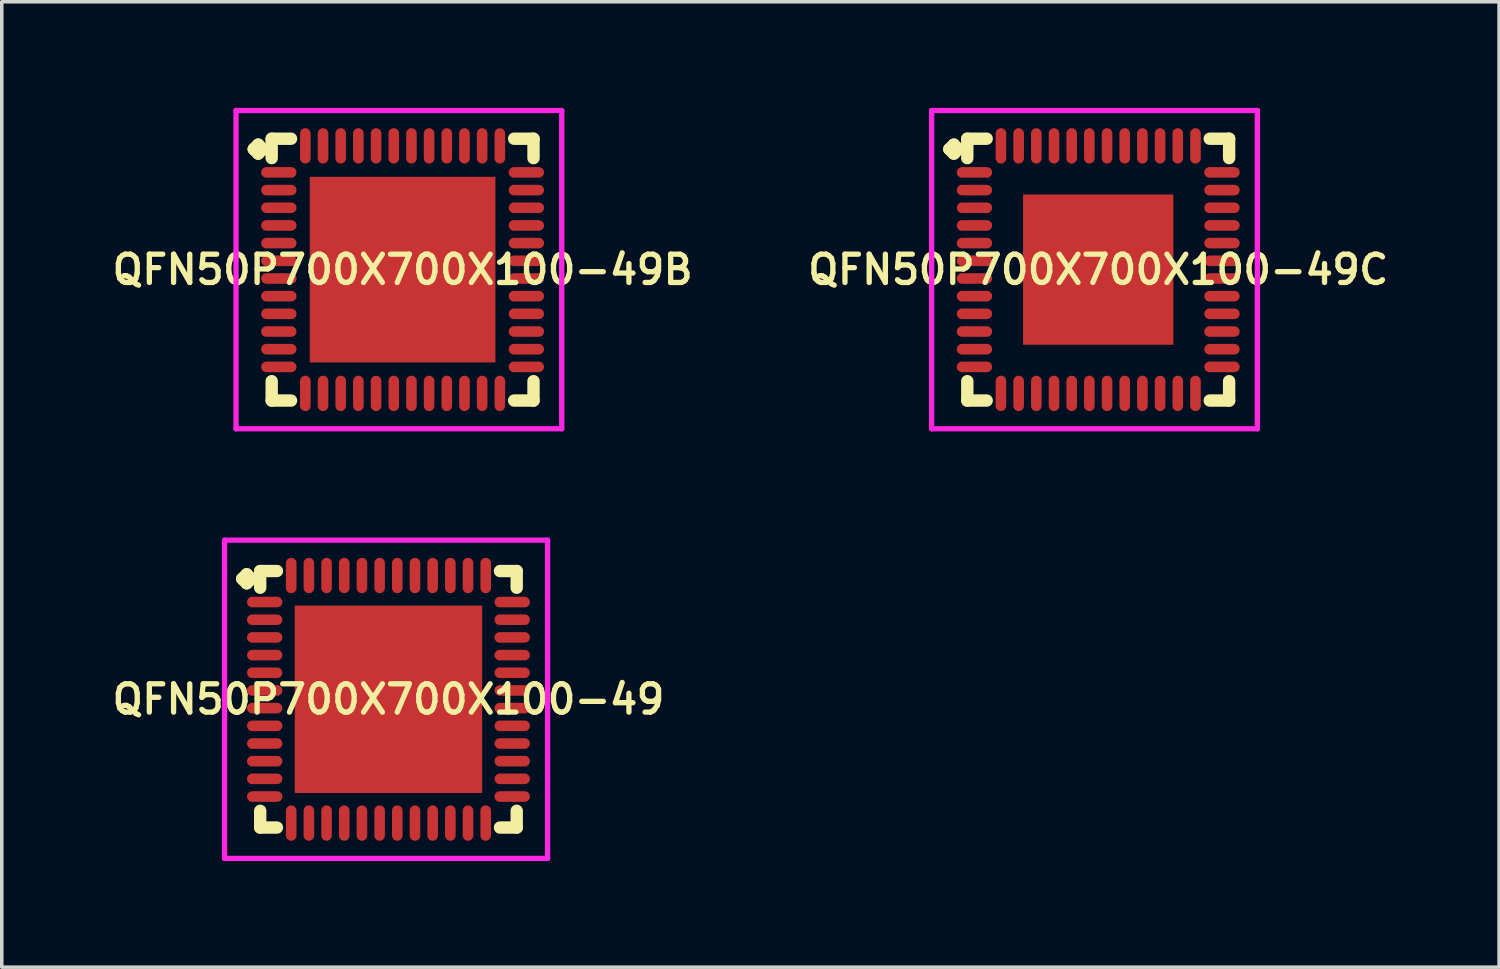
<source format=kicad_pcb>
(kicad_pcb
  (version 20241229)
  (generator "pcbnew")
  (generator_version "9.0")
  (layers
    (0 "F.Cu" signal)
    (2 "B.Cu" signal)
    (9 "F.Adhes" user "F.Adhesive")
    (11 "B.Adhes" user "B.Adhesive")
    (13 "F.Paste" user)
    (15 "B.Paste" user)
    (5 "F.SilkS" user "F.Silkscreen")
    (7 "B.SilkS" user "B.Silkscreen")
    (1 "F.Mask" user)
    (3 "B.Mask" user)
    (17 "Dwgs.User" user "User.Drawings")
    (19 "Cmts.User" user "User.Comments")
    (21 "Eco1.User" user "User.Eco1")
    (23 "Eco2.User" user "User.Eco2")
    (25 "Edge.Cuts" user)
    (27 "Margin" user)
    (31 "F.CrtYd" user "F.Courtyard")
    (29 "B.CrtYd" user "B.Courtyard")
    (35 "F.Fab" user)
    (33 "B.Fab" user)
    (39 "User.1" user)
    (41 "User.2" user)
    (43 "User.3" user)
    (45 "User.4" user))
  (footprint "QFN50P700X700X100-49C"
    (layer "F.Cu")
    (at 28.006 4.575)
    (property "Reference" "QFN50P700X700X100-49C" (at 0 0 0) (layer "F.SilkS") (effects (font (size 0.8 0.8) (thickness 0.15))))
    (attr smd)
    (fp_line (start -4.21 -3.408) (end -4.083 -3.535) (stroke (width 0.35) (type solid)) (layer "F.SilkS"))
    (fp_line (start -4.083 -3.535) (end -3.956 -3.408) (stroke (width 0.35) (type solid)) (layer "F.SilkS"))
    (fp_line (start -4.083 -3.281) (end -4.21 -3.408) (stroke (width 0.35) (type solid)) (layer "F.SilkS"))
    (fp_line (start -3.956 -3.408) (end -4.083 -3.281) (stroke (width 0.35) (type solid)) (layer "F.SilkS"))
    (fp_line (start -3.702 -3.702) (end -3.154 -3.702) (stroke (width 0.35) (type solid)) (layer "F.SilkS"))
    (fp_line (start -3.702 -3.154) (end -3.702 -3.702) (stroke (width 0.35) (type solid)) (layer "F.SilkS"))
    (fp_line (start -3.702 3.154) (end -3.702 3.702) (stroke (width 0.35) (type solid)) (layer "F.SilkS"))
    (fp_line (start -3.702 3.702) (end -3.154 3.702) (stroke (width 0.35) (type solid)) (layer "F.SilkS"))
    (fp_line (start 3.154 -3.702) (end 3.702 -3.702) (stroke (width 0.35) (type solid)) (layer "F.SilkS"))
    (fp_line (start 3.154 3.702) (end 3.702 3.702) (stroke (width 0.35) (type solid)) (layer "F.SilkS"))
    (fp_line (start 3.702 -3.702) (end 3.702 -3.154) (stroke (width 0.35) (type solid)) (layer "F.SilkS"))
    (fp_line (start 3.702 3.702) (end 3.702 3.154) (stroke (width 0.35) (type solid)) (layer "F.SilkS"))
    (fp_line (start -4.71 -4.5) (end 4.5 -4.5) (stroke (width 0.15) (type solid)) (layer "F.CrtYd"))
    (fp_line (start -4.71 4.5) (end -4.71 -4.5) (stroke (width 0.15) (type solid)) (layer "F.CrtYd"))
    (fp_line (start 4.5 -4.5) (end 4.5 4.5) (stroke (width 0.15) (type solid)) (layer "F.CrtYd"))
    (fp_line (start 4.5 4.5) (end -4.71 4.5) (stroke (width 0.15) (type solid)) (layer "F.CrtYd"))
    (pad "1" smd oval (at -3.5 -2.75) (size 1 0.3) (layers "F.Cu" "F.Mask" "F.Paste"))
    (pad "2" smd oval (at -3.5 -2.25) (size 1 0.3) (layers "F.Cu" "F.Mask" "F.Paste"))
    (pad "3" smd oval (at -3.5 -1.75) (size 1 0.3) (layers "F.Cu" "F.Mask" "F.Paste"))
    (pad "4" smd oval (at -3.5 -1.25) (size 1 0.3) (layers "F.Cu" "F.Mask" "F.Paste"))
    (pad "5" smd oval (at -3.5 -0.75) (size 1 0.3) (layers "F.Cu" "F.Mask" "F.Paste"))
    (pad "6" smd oval (at -3.5 -0.25) (size 1 0.3) (layers "F.Cu" "F.Mask" "F.Paste"))
    (pad "7" smd oval (at -3.5 0.25) (size 1 0.3) (layers "F.Cu" "F.Mask" "F.Paste"))
    (pad "8" smd oval (at -3.5 0.75) (size 1 0.3) (layers "F.Cu" "F.Mask" "F.Paste"))
    (pad "9" smd oval (at -3.5 1.25) (size 1 0.3) (layers "F.Cu" "F.Mask" "F.Paste"))
    (pad "10" smd oval (at -3.5 1.75) (size 1 0.3) (layers "F.Cu" "F.Mask" "F.Paste"))
    (pad "11" smd oval (at -3.5 2.25) (size 1 0.3) (layers "F.Cu" "F.Mask" "F.Paste"))
    (pad "12" smd oval (at -3.5 2.75) (size 1 0.3) (layers "F.Cu" "F.Mask" "F.Paste"))
    (pad "13" smd oval (at -2.75 3.5) (size 0.3 1) (layers "F.Cu" "F.Mask" "F.Paste"))
    (pad "14" smd oval (at -2.25 3.5) (size 0.3 1) (layers "F.Cu" "F.Mask" "F.Paste"))
    (pad "15" smd oval (at -1.75 3.5) (size 0.3 1) (layers "F.Cu" "F.Mask" "F.Paste"))
    (pad "16" smd oval (at -1.25 3.5) (size 0.3 1) (layers "F.Cu" "F.Mask" "F.Paste"))
    (pad "17" smd oval (at -0.75 3.5) (size 0.3 1) (layers "F.Cu" "F.Mask" "F.Paste"))
    (pad "18" smd oval (at -0.25 3.5) (size 0.3 1) (layers "F.Cu" "F.Mask" "F.Paste"))
    (pad "19" smd oval (at 0.25 3.5) (size 0.3 1) (layers "F.Cu" "F.Mask" "F.Paste"))
    (pad "20" smd oval (at 0.75 3.5) (size 0.3 1) (layers "F.Cu" "F.Mask" "F.Paste"))
    (pad "21" smd oval (at 1.25 3.5) (size 0.3 1) (layers "F.Cu" "F.Mask" "F.Paste"))
    (pad "22" smd oval (at 1.75 3.5) (size 0.3 1) (layers "F.Cu" "F.Mask" "F.Paste"))
    (pad "23" smd oval (at 2.25 3.5) (size 0.3 1) (layers "F.Cu" "F.Mask" "F.Paste"))
    (pad "24" smd oval (at 2.75 3.5) (size 0.3 1) (layers "F.Cu" "F.Mask" "F.Paste"))
    (pad "25" smd oval (at 3.5 2.75) (size 1 0.3) (layers "F.Cu" "F.Mask" "F.Paste"))
    (pad "26" smd oval (at 3.5 2.25) (size 1 0.3) (layers "F.Cu" "F.Mask" "F.Paste"))
    (pad "27" smd oval (at 3.5 1.75) (size 1 0.3) (layers "F.Cu" "F.Mask" "F.Paste"))
    (pad "28" smd oval (at 3.5 1.25) (size 1 0.3) (layers "F.Cu" "F.Mask" "F.Paste"))
    (pad "29" smd oval (at 3.5 0.75) (size 1 0.3) (layers "F.Cu" "F.Mask" "F.Paste"))
    (pad "30" smd oval (at 3.5 0.25) (size 1 0.3) (layers "F.Cu" "F.Mask" "F.Paste"))
    (pad "31" smd oval (at 3.5 -0.25) (size 1 0.3) (layers "F.Cu" "F.Mask" "F.Paste"))
    (pad "32" smd oval (at 3.5 -0.75) (size 1 0.3) (layers "F.Cu" "F.Mask" "F.Paste"))
    (pad "33" smd oval (at 3.5 -1.25) (size 1 0.3) (layers "F.Cu" "F.Mask" "F.Paste"))
    (pad "34" smd oval (at 3.5 -1.75) (size 1 0.3) (layers "F.Cu" "F.Mask" "F.Paste"))
    (pad "35" smd oval (at 3.5 -2.25) (size 1 0.3) (layers "F.Cu" "F.Mask" "F.Paste"))
    (pad "36" smd oval (at 3.5 -2.75) (size 1 0.3) (layers "F.Cu" "F.Mask" "F.Paste"))
    (pad "37" smd oval (at 2.75 -3.5) (size 0.3 1) (layers "F.Cu" "F.Mask" "F.Paste"))
    (pad "38" smd oval (at 2.25 -3.5) (size 0.3 1) (layers "F.Cu" "F.Mask" "F.Paste"))
    (pad "39" smd oval (at 1.75 -3.5) (size 0.3 1) (layers "F.Cu" "F.Mask" "F.Paste"))
    (pad "40" smd oval (at 1.25 -3.5) (size 0.3 1) (layers "F.Cu" "F.Mask" "F.Paste"))
    (pad "41" smd oval (at 0.75 -3.5) (size 0.3 1) (layers "F.Cu" "F.Mask" "F.Paste"))
    (pad "42" smd oval (at 0.25 -3.5) (size 0.3 1) (layers "F.Cu" "F.Mask" "F.Paste"))
    (pad "43" smd oval (at -0.25 -3.5) (size 0.3 1) (layers "F.Cu" "F.Mask" "F.Paste"))
    (pad "44" smd oval (at -0.75 -3.5) (size 0.3 1) (layers "F.Cu" "F.Mask" "F.Paste"))
    (pad "45" smd oval (at -1.25 -3.5) (size 0.3 1) (layers "F.Cu" "F.Mask" "F.Paste"))
    (pad "46" smd oval (at -1.75 -3.5) (size 0.3 1) (layers "F.Cu" "F.Mask" "F.Paste"))
    (pad "47" smd oval (at -2.25 -3.5) (size 0.3 1) (layers "F.Cu" "F.Mask" "F.Paste"))
    (pad "48" smd oval (at -2.75 -3.5) (size 0.3 1) (layers "F.Cu" "F.Mask" "F.Paste"))
    (pad "49" smd rect (at 0 0) (size 4.25 4.25) (layers "F.Cu" "F.Mask" "F.Paste")))
  (footprint "QFN50P700X700X100-49B"
    (layer "F.Cu")
    (at 8.335 4.575)
    (property "Reference" "QFN50P700X700X100-49B" (at 0 0 0) (layer "F.SilkS") (effects (font (size 0.8 0.8) (thickness 0.15))))
    (attr smd)
    (fp_line (start -4.21 -3.408) (end -4.083 -3.535) (stroke (width 0.35) (type solid)) (layer "F.SilkS"))
    (fp_line (start -4.083 -3.535) (end -3.956 -3.408) (stroke (width 0.35) (type solid)) (layer "F.SilkS"))
    (fp_line (start -4.083 -3.281) (end -4.21 -3.408) (stroke (width 0.35) (type solid)) (layer "F.SilkS"))
    (fp_line (start -3.956 -3.408) (end -4.083 -3.281) (stroke (width 0.35) (type solid)) (layer "F.SilkS"))
    (fp_line (start -3.702 -3.702) (end -3.154 -3.702) (stroke (width 0.35) (type solid)) (layer "F.SilkS"))
    (fp_line (start -3.702 -3.154) (end -3.702 -3.702) (stroke (width 0.35) (type solid)) (layer "F.SilkS"))
    (fp_line (start -3.702 3.154) (end -3.702 3.702) (stroke (width 0.35) (type solid)) (layer "F.SilkS"))
    (fp_line (start -3.702 3.702) (end -3.154 3.702) (stroke (width 0.35) (type solid)) (layer "F.SilkS"))
    (fp_line (start 3.154 -3.702) (end 3.702 -3.702) (stroke (width 0.35) (type solid)) (layer "F.SilkS"))
    (fp_line (start 3.154 3.702) (end 3.702 3.702) (stroke (width 0.35) (type solid)) (layer "F.SilkS"))
    (fp_line (start 3.702 -3.702) (end 3.702 -3.154) (stroke (width 0.35) (type solid)) (layer "F.SilkS"))
    (fp_line (start 3.702 3.702) (end 3.702 3.154) (stroke (width 0.35) (type solid)) (layer "F.SilkS"))
    (fp_line (start -4.71 -4.5) (end 4.5 -4.5) (stroke (width 0.15) (type solid)) (layer "F.CrtYd"))
    (fp_line (start -4.71 4.5) (end -4.71 -4.5) (stroke (width 0.15) (type solid)) (layer "F.CrtYd"))
    (fp_line (start 4.5 -4.5) (end 4.5 4.5) (stroke (width 0.15) (type solid)) (layer "F.CrtYd"))
    (fp_line (start 4.5 4.5) (end -4.71 4.5) (stroke (width 0.15) (type solid)) (layer "F.CrtYd"))
    (pad "1" smd oval (at -3.5 -2.75) (size 1 0.3) (layers "F.Cu" "F.Mask" "F.Paste"))
    (pad "2" smd oval (at -3.5 -2.25) (size 1 0.3) (layers "F.Cu" "F.Mask" "F.Paste"))
    (pad "3" smd oval (at -3.5 -1.75) (size 1 0.3) (layers "F.Cu" "F.Mask" "F.Paste"))
    (pad "4" smd oval (at -3.5 -1.25) (size 1 0.3) (layers "F.Cu" "F.Mask" "F.Paste"))
    (pad "5" smd oval (at -3.5 -0.75) (size 1 0.3) (layers "F.Cu" "F.Mask" "F.Paste"))
    (pad "6" smd oval (at -3.5 -0.25) (size 1 0.3) (layers "F.Cu" "F.Mask" "F.Paste"))
    (pad "7" smd oval (at -3.5 0.25) (size 1 0.3) (layers "F.Cu" "F.Mask" "F.Paste"))
    (pad "8" smd oval (at -3.5 0.75) (size 1 0.3) (layers "F.Cu" "F.Mask" "F.Paste"))
    (pad "9" smd oval (at -3.5 1.25) (size 1 0.3) (layers "F.Cu" "F.Mask" "F.Paste"))
    (pad "10" smd oval (at -3.5 1.75) (size 1 0.3) (layers "F.Cu" "F.Mask" "F.Paste"))
    (pad "11" smd oval (at -3.5 2.25) (size 1 0.3) (layers "F.Cu" "F.Mask" "F.Paste"))
    (pad "12" smd oval (at -3.5 2.75) (size 1 0.3) (layers "F.Cu" "F.Mask" "F.Paste"))
    (pad "13" smd oval (at -2.75 3.5) (size 0.3 1) (layers "F.Cu" "F.Mask" "F.Paste"))
    (pad "14" smd oval (at -2.25 3.5) (size 0.3 1) (layers "F.Cu" "F.Mask" "F.Paste"))
    (pad "15" smd oval (at -1.75 3.5) (size 0.3 1) (layers "F.Cu" "F.Mask" "F.Paste"))
    (pad "16" smd oval (at -1.25 3.5) (size 0.3 1) (layers "F.Cu" "F.Mask" "F.Paste"))
    (pad "17" smd oval (at -0.75 3.5) (size 0.3 1) (layers "F.Cu" "F.Mask" "F.Paste"))
    (pad "18" smd oval (at -0.25 3.5) (size 0.3 1) (layers "F.Cu" "F.Mask" "F.Paste"))
    (pad "19" smd oval (at 0.25 3.5) (size 0.3 1) (layers "F.Cu" "F.Mask" "F.Paste"))
    (pad "20" smd oval (at 0.75 3.5) (size 0.3 1) (layers "F.Cu" "F.Mask" "F.Paste"))
    (pad "21" smd oval (at 1.25 3.5) (size 0.3 1) (layers "F.Cu" "F.Mask" "F.Paste"))
    (pad "22" smd oval (at 1.75 3.5) (size 0.3 1) (layers "F.Cu" "F.Mask" "F.Paste"))
    (pad "23" smd oval (at 2.25 3.5) (size 0.3 1) (layers "F.Cu" "F.Mask" "F.Paste"))
    (pad "24" smd oval (at 2.75 3.5) (size 0.3 1) (layers "F.Cu" "F.Mask" "F.Paste"))
    (pad "25" smd oval (at 3.5 2.75) (size 1 0.3) (layers "F.Cu" "F.Mask" "F.Paste"))
    (pad "26" smd oval (at 3.5 2.25) (size 1 0.3) (layers "F.Cu" "F.Mask" "F.Paste"))
    (pad "27" smd oval (at 3.5 1.75) (size 1 0.3) (layers "F.Cu" "F.Mask" "F.Paste"))
    (pad "28" smd oval (at 3.5 1.25) (size 1 0.3) (layers "F.Cu" "F.Mask" "F.Paste"))
    (pad "29" smd oval (at 3.5 0.75) (size 1 0.3) (layers "F.Cu" "F.Mask" "F.Paste"))
    (pad "30" smd oval (at 3.5 0.25) (size 1 0.3) (layers "F.Cu" "F.Mask" "F.Paste"))
    (pad "31" smd oval (at 3.5 -0.25) (size 1 0.3) (layers "F.Cu" "F.Mask" "F.Paste"))
    (pad "32" smd oval (at 3.5 -0.75) (size 1 0.3) (layers "F.Cu" "F.Mask" "F.Paste"))
    (pad "33" smd oval (at 3.5 -1.25) (size 1 0.3) (layers "F.Cu" "F.Mask" "F.Paste"))
    (pad "34" smd oval (at 3.5 -1.75) (size 1 0.3) (layers "F.Cu" "F.Mask" "F.Paste"))
    (pad "35" smd oval (at 3.5 -2.25) (size 1 0.3) (layers "F.Cu" "F.Mask" "F.Paste"))
    (pad "36" smd oval (at 3.5 -2.75) (size 1 0.3) (layers "F.Cu" "F.Mask" "F.Paste"))
    (pad "37" smd oval (at 2.75 -3.5) (size 0.3 1) (layers "F.Cu" "F.Mask" "F.Paste"))
    (pad "38" smd oval (at 2.25 -3.5) (size 0.3 1) (layers "F.Cu" "F.Mask" "F.Paste"))
    (pad "39" smd oval (at 1.75 -3.5) (size 0.3 1) (layers "F.Cu" "F.Mask" "F.Paste"))
    (pad "40" smd oval (at 1.25 -3.5) (size 0.3 1) (layers "F.Cu" "F.Mask" "F.Paste"))
    (pad "41" smd oval (at 0.75 -3.5) (size 0.3 1) (layers "F.Cu" "F.Mask" "F.Paste"))
    (pad "42" smd oval (at 0.25 -3.5) (size 0.3 1) (layers "F.Cu" "F.Mask" "F.Paste"))
    (pad "43" smd oval (at -0.25 -3.5) (size 0.3 1) (layers "F.Cu" "F.Mask" "F.Paste"))
    (pad "44" smd oval (at -0.75 -3.5) (size 0.3 1) (layers "F.Cu" "F.Mask" "F.Paste"))
    (pad "45" smd oval (at -1.25 -3.5) (size 0.3 1) (layers "F.Cu" "F.Mask" "F.Paste"))
    (pad "46" smd oval (at -1.75 -3.5) (size 0.3 1) (layers "F.Cu" "F.Mask" "F.Paste"))
    (pad "47" smd oval (at -2.25 -3.5) (size 0.3 1) (layers "F.Cu" "F.Mask" "F.Paste"))
    (pad "48" smd oval (at -2.75 -3.5) (size 0.3 1) (layers "F.Cu" "F.Mask" "F.Paste"))
    (pad "49" smd rect (at 0 0) (size 5.25 5.25) (layers "F.Cu" "F.Mask" "F.Paste")))
  (footprint "QFN50P700X700X100-49"
    (layer "F.Cu")
    (at 7.935 16.725)
    (property "Reference" "QFN50P700X700X100-49" (at 0 0 0) (layer "F.SilkS") (effects (font (size 0.8 0.8) (thickness 0.15))))
    (attr smd)
    (fp_line (start -4.135 -3.408) (end -4.008 -3.535) (stroke (width 0.35) (type solid)) (layer "F.SilkS"))
    (fp_line (start -4.008 -3.535) (end -3.881 -3.408) (stroke (width 0.35) (type solid)) (layer "F.SilkS"))
    (fp_line (start -4.008 -3.281) (end -4.135 -3.408) (stroke (width 0.35) (type solid)) (layer "F.SilkS"))
    (fp_line (start -3.881 -3.408) (end -4.008 -3.281) (stroke (width 0.35) (type solid)) (layer "F.SilkS"))
    (fp_line (start -3.627 -3.627) (end -3.154 -3.627) (stroke (width 0.35) (type solid)) (layer "F.SilkS"))
    (fp_line (start -3.627 -3.154) (end -3.627 -3.627) (stroke (width 0.35) (type solid)) (layer "F.SilkS"))
    (fp_line (start -3.627 3.154) (end -3.627 3.627) (stroke (width 0.35) (type solid)) (layer "F.SilkS"))
    (fp_line (start -3.627 3.627) (end -3.154 3.627) (stroke (width 0.35) (type solid)) (layer "F.SilkS"))
    (fp_line (start 3.154 -3.627) (end 3.627 -3.627) (stroke (width 0.35) (type solid)) (layer "F.SilkS"))
    (fp_line (start 3.154 3.627) (end 3.627 3.627) (stroke (width 0.35) (type solid)) (layer "F.SilkS"))
    (fp_line (start 3.627 -3.627) (end 3.627 -3.154) (stroke (width 0.35) (type solid)) (layer "F.SilkS"))
    (fp_line (start 3.627 3.627) (end 3.627 3.154) (stroke (width 0.35) (type solid)) (layer "F.SilkS"))
    (fp_line (start -4.635 -4.5) (end 4.5 -4.5) (stroke (width 0.15) (type solid)) (layer "F.CrtYd"))
    (fp_line (start -4.635 4.5) (end -4.635 -4.5) (stroke (width 0.15) (type solid)) (layer "F.CrtYd"))
    (fp_line (start 4.5 -4.5) (end 4.5 4.5) (stroke (width 0.15) (type solid)) (layer "F.CrtYd"))
    (fp_line (start 4.5 4.5) (end -4.635 4.5) (stroke (width 0.15) (type solid)) (layer "F.CrtYd"))
    (pad "1" smd oval (at -3.5 -2.75) (size 1 0.3) (layers "F.Cu" "F.Mask" "F.Paste"))
    (pad "2" smd oval (at -3.5 -2.25) (size 1 0.3) (layers "F.Cu" "F.Mask" "F.Paste"))
    (pad "3" smd oval (at -3.5 -1.75) (size 1 0.3) (layers "F.Cu" "F.Mask" "F.Paste"))
    (pad "4" smd oval (at -3.5 -1.25) (size 1 0.3) (layers "F.Cu" "F.Mask" "F.Paste"))
    (pad "5" smd oval (at -3.5 -0.75) (size 1 0.3) (layers "F.Cu" "F.Mask" "F.Paste"))
    (pad "6" smd oval (at -3.5 -0.25) (size 1 0.3) (layers "F.Cu" "F.Mask" "F.Paste"))
    (pad "7" smd oval (at -3.5 0.25) (size 1 0.3) (layers "F.Cu" "F.Mask" "F.Paste"))
    (pad "8" smd oval (at -3.5 0.75) (size 1 0.3) (layers "F.Cu" "F.Mask" "F.Paste"))
    (pad "9" smd oval (at -3.5 1.25) (size 1 0.3) (layers "F.Cu" "F.Mask" "F.Paste"))
    (pad "10" smd oval (at -3.5 1.75) (size 1 0.3) (layers "F.Cu" "F.Mask" "F.Paste"))
    (pad "11" smd oval (at -3.5 2.25) (size 1 0.3) (layers "F.Cu" "F.Mask" "F.Paste"))
    (pad "12" smd oval (at -3.5 2.75) (size 1 0.3) (layers "F.Cu" "F.Mask" "F.Paste"))
    (pad "13" smd oval (at -2.75 3.5) (size 0.3 1) (layers "F.Cu" "F.Mask" "F.Paste"))
    (pad "14" smd oval (at -2.25 3.5) (size 0.3 1) (layers "F.Cu" "F.Mask" "F.Paste"))
    (pad "15" smd oval (at -1.75 3.5) (size 0.3 1) (layers "F.Cu" "F.Mask" "F.Paste"))
    (pad "16" smd oval (at -1.25 3.5) (size 0.3 1) (layers "F.Cu" "F.Mask" "F.Paste"))
    (pad "17" smd oval (at -0.75 3.5) (size 0.3 1) (layers "F.Cu" "F.Mask" "F.Paste"))
    (pad "18" smd oval (at -0.25 3.5) (size 0.3 1) (layers "F.Cu" "F.Mask" "F.Paste"))
    (pad "19" smd oval (at 0.25 3.5) (size 0.3 1) (layers "F.Cu" "F.Mask" "F.Paste"))
    (pad "20" smd oval (at 0.75 3.5) (size 0.3 1) (layers "F.Cu" "F.Mask" "F.Paste"))
    (pad "21" smd oval (at 1.25 3.5) (size 0.3 1) (layers "F.Cu" "F.Mask" "F.Paste"))
    (pad "22" smd oval (at 1.75 3.5) (size 0.3 1) (layers "F.Cu" "F.Mask" "F.Paste"))
    (pad "23" smd oval (at 2.25 3.5) (size 0.3 1) (layers "F.Cu" "F.Mask" "F.Paste"))
    (pad "24" smd oval (at 2.75 3.5) (size 0.3 1) (layers "F.Cu" "F.Mask" "F.Paste"))
    (pad "25" smd oval (at 3.5 2.75) (size 1 0.3) (layers "F.Cu" "F.Mask" "F.Paste"))
    (pad "26" smd oval (at 3.5 2.25) (size 1 0.3) (layers "F.Cu" "F.Mask" "F.Paste"))
    (pad "27" smd oval (at 3.5 1.75) (size 1 0.3) (layers "F.Cu" "F.Mask" "F.Paste"))
    (pad "28" smd oval (at 3.5 1.25) (size 1 0.3) (layers "F.Cu" "F.Mask" "F.Paste"))
    (pad "29" smd oval (at 3.5 0.75) (size 1 0.3) (layers "F.Cu" "F.Mask" "F.Paste"))
    (pad "30" smd oval (at 3.5 0.25) (size 1 0.3) (layers "F.Cu" "F.Mask" "F.Paste"))
    (pad "31" smd oval (at 3.5 -0.25) (size 1 0.3) (layers "F.Cu" "F.Mask" "F.Paste"))
    (pad "32" smd oval (at 3.5 -0.75) (size 1 0.3) (layers "F.Cu" "F.Mask" "F.Paste"))
    (pad "33" smd oval (at 3.5 -1.25) (size 1 0.3) (layers "F.Cu" "F.Mask" "F.Paste"))
    (pad "34" smd oval (at 3.5 -1.75) (size 1 0.3) (layers "F.Cu" "F.Mask" "F.Paste"))
    (pad "35" smd oval (at 3.5 -2.25) (size 1 0.3) (layers "F.Cu" "F.Mask" "F.Paste"))
    (pad "36" smd oval (at 3.5 -2.75) (size 1 0.3) (layers "F.Cu" "F.Mask" "F.Paste"))
    (pad "37" smd oval (at 2.75 -3.5) (size 0.3 1) (layers "F.Cu" "F.Mask" "F.Paste"))
    (pad "38" smd oval (at 2.25 -3.5) (size 0.3 1) (layers "F.Cu" "F.Mask" "F.Paste"))
    (pad "39" smd oval (at 1.75 -3.5) (size 0.3 1) (layers "F.Cu" "F.Mask" "F.Paste"))
    (pad "40" smd oval (at 1.25 -3.5) (size 0.3 1) (layers "F.Cu" "F.Mask" "F.Paste"))
    (pad "41" smd oval (at 0.75 -3.5) (size 0.3 1) (layers "F.Cu" "F.Mask" "F.Paste"))
    (pad "42" smd oval (at 0.25 -3.5) (size 0.3 1) (layers "F.Cu" "F.Mask" "F.Paste"))
    (pad "43" smd oval (at -0.25 -3.5) (size 0.3 1) (layers "F.Cu" "F.Mask" "F.Paste"))
    (pad "44" smd oval (at -0.75 -3.5) (size 0.3 1) (layers "F.Cu" "F.Mask" "F.Paste"))
    (pad "45" smd oval (at -1.25 -3.5) (size 0.3 1) (layers "F.Cu" "F.Mask" "F.Paste"))
    (pad "46" smd oval (at -1.75 -3.5) (size 0.3 1) (layers "F.Cu" "F.Mask" "F.Paste"))
    (pad "47" smd oval (at -2.25 -3.5) (size 0.3 1) (layers "F.Cu" "F.Mask" "F.Paste"))
    (pad "48" smd oval (at -2.75 -3.5) (size 0.3 1) (layers "F.Cu" "F.Mask" "F.Paste"))
    (pad "49" smd rect (at 0 0) (size 5.3 5.3) (layers "F.Cu" "F.Mask" "F.Paste")))
  (gr_rect
    (start -3 -3)
    (end 39.342 24.3)
    (stroke (width 0.1) (type default))
    (fill no)
    (layer "Edge.Cuts")))
</source>
